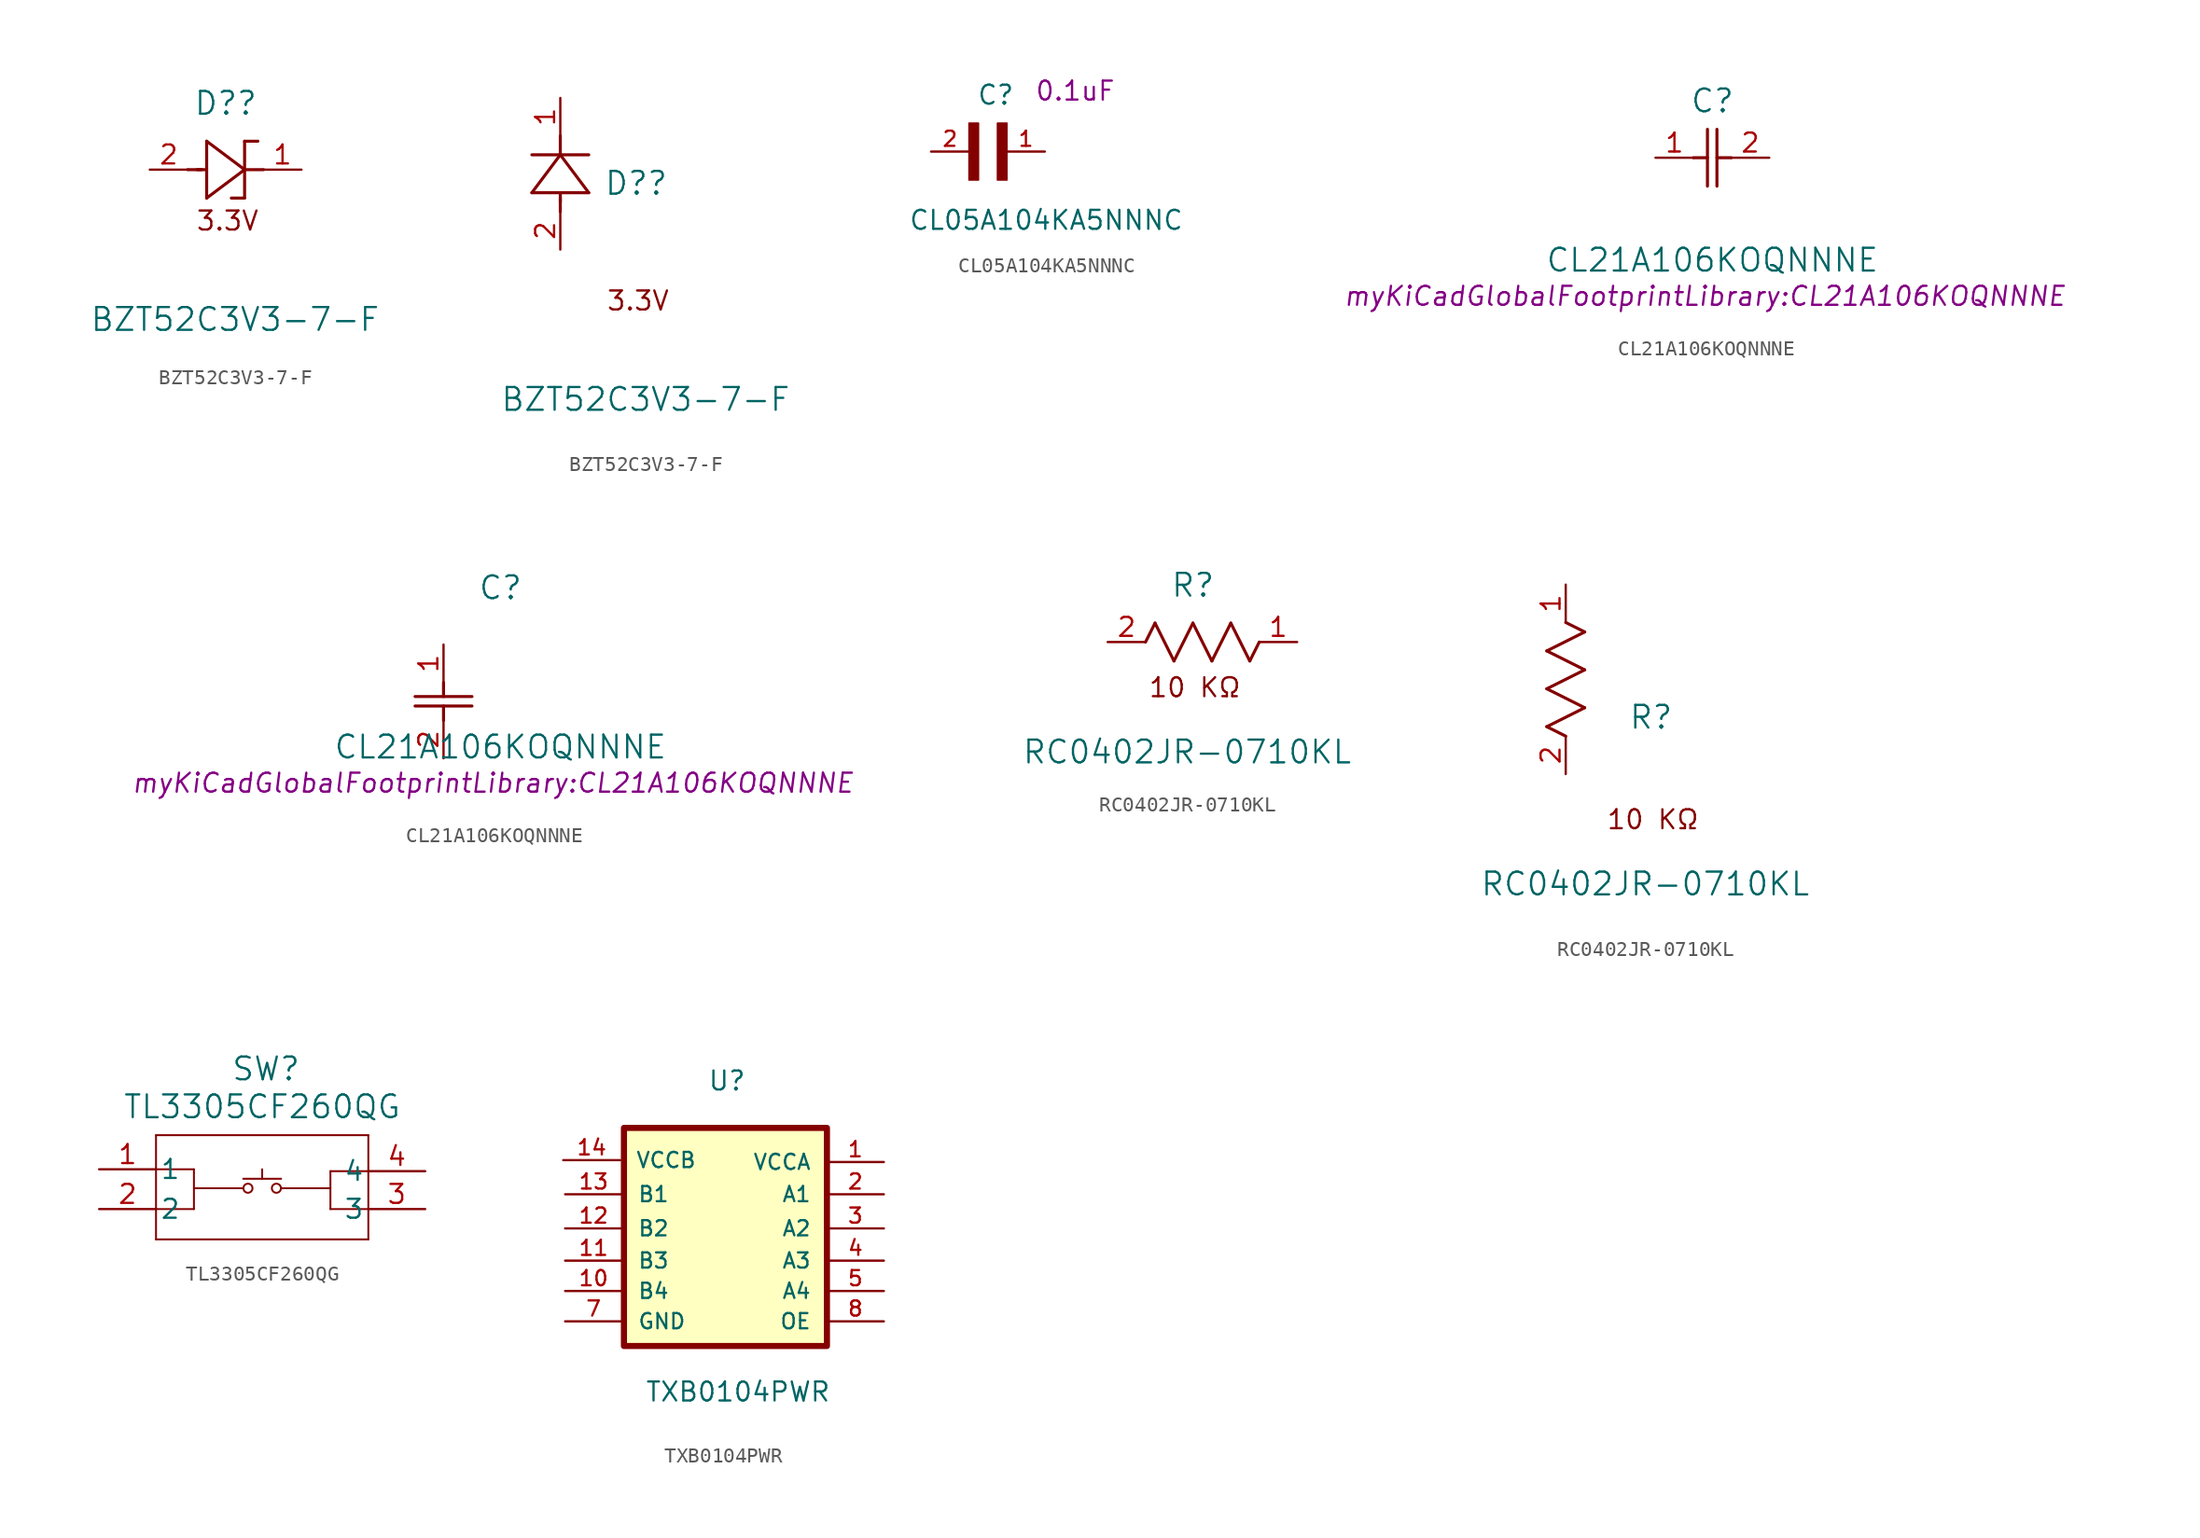
<source format=kicad_sym>
(kicad_symbol_lib
  (version 20211014)
  (generator kicad_symbol_editor)
  (symbol "BZT52C3V3-7-F"
    (pin_names
      (offset 0.254))
    (property "Reference" "D?"
      (at 5.08 4.445 0)
      (effects (font (size 1.524 1.524))))
    (property "Value" "BZT52C3V3-7-F"
      (at 5.715 -10.033 0)
      (effects (font (size 1.524 1.524))))
    (symbol "BZT52C3V3-7-F_0_0"
      (text "3.3V" (at 5.207 -3.429 0) (effects (font (size 1.27 1.27)))))
    (symbol "BZT52C3V3-7-F_0_1"
      (polyline (pts (xy 5.461 -1.905) (xy 6.35 -1.905)) (stroke (width 0.203) (type default) (color 0 0 0 0)) (fill (type none)))
      (polyline (pts (xy 6.35 1.905) (xy 7.239 1.905)) (stroke (width 0.203) (type default) (color 0 0 0 0)) (fill (type none))))
    (symbol "BZT52C3V3-7-F_1_1"
      (polyline (pts (xy 2.54 0) (xy 3.48 0)) (stroke (width 0.203) (type default) (color 0 0 0 0)) (fill (type none)))
      (polyline (pts (xy 3.175 0) (xy 3.81 0)) (stroke (width 0.203) (type default) (color 0 0 0 0)) (fill (type none)))
      (polyline (pts (xy 3.81 -1.905) (xy 6.35 0)) (stroke (width 0.203) (type default) (color 0 0 0 0)) (fill (type none)))
      (polyline (pts (xy 3.81 1.905) (xy 3.81 -1.905)) (stroke (width 0.203) (type default) (color 0 0 0 0)) (fill (type none)))
      (polyline (pts (xy 6.35 -1.905) (xy 6.35 1.905)) (stroke (width 0.203) (type default) (color 0 0 0 0)) (fill (type none)))
      (polyline (pts (xy 6.35 0) (xy 3.81 1.905)) (stroke (width 0.203) (type default) (color 0 0 0 0)) (fill (type none)))
      (polyline (pts (xy 6.35 0) (xy 7.62 0)) (stroke (width 0.203) (type default) (color 0 0 0 0)) (fill (type none)))
      (pin unspecified line (at 10.16 0 180) (length 2.54) (name "" (effects (font (size 1.27 1.27)))) (number "1" (effects (font (size 1.27 1.27)))))
      (pin unspecified line (at 0 0 0) (length 2.54) (name "" (effects (font (size 1.27 1.27)))) (number "2" (effects (font (size 1.27 1.27))))))
    (symbol "BZT52C3V3-7-F_1_2"
      (polyline (pts (xy -1.905 3.81) (xy 1.905 3.81)) (stroke (width 0.203) (type default) (color 0 0 0 0)) (fill (type none)))
      (polyline (pts (xy 0 2.54) (xy 0 3.48)) (stroke (width 0.203) (type default) (color 0 0 0 0)) (fill (type none)))
      (polyline (pts (xy 0 3.175) (xy 0 3.81)) (stroke (width 0.203) (type default) (color 0 0 0 0)) (fill (type none)))
      (polyline (pts (xy 0 6.35) (xy -1.905 3.81)) (stroke (width 0.203) (type default) (color 0 0 0 0)) (fill (type none)))
      (polyline (pts (xy 0 6.35) (xy 0 7.62)) (stroke (width 0.203) (type default) (color 0 0 0 0)) (fill (type none)))
      (polyline (pts (xy 1.905 3.81) (xy 0 6.35)) (stroke (width 0.203) (type default) (color 0 0 0 0)) (fill (type none)))
      (polyline (pts (xy 1.905 6.35) (xy -1.905 6.35)) (stroke (width 0.203) (type default) (color 0 0 0 0)) (fill (type none)))
      (pin unspecified line (at 0 10.16 270) (length 2.54) (name "" (effects (font (size 1.27 1.27)))) (number "1" (effects (font (size 1.27 1.27)))))
      (pin unspecified line (at 0 0 90) (length 2.54) (name "" (effects (font (size 1.27 1.27)))) (number "2" (effects (font (size 1.27 1.27)))))))
  (symbol "CL05A104KA5NNNC"
    (pin_names
      (offset 1.016))
    (property "Reference" "C"
      (at 0.508 3.048 0)
      (effects (font (size 1.27 1.27)) (justify left bottom)))
    (property "Value" "CL05A104KA5NNNC"
      (at -4.064 -5.334 0)
      (effects (font (size 1.27 1.27)) (justify left bottom)))
    (property "Capacitance" "0.1uF"
      (at 7.112 4.064 0)
      (effects (font (size 1.27 1.27))))
    (symbol "CL05A104KA5NNNC_0_0"
      (rectangle (start 0 -1.905) (end 0.635 1.905) (stroke (width 0.1) (type default) (color 0 0 0 0)) (fill (type outline)))
      (rectangle (start 1.905 -1.905) (end 2.54 1.905) (stroke (width 0.1) (type default) (color 0 0 0 0)) (fill (type outline)))
      (pin passive line (at 5.08 0 180) (length 2.54) (name "~" (effects (font (size 1.016 1.016)))) (number "1" (effects (font (size 1.016 1.016)))))
      (pin passive line (at -2.54 0 0) (length 2.54) (name "~" (effects (font (size 1.016 1.016)))) (number "2" (effects (font (size 1.016 1.016)))))))
  (symbol "CL21A106KOQNNNE"
    (pin_names
      (offset 0.254))
    (property "Reference" "C"
      (at 3.81 3.81 0)
      (effects (font (size 1.524 1.524))))
    (property "Value" "CL21A106KOQNNNE"
      (at 3.81 -6.858 0)
      (effects (font (size 1.524 1.524))))
    (property "Footprint" "myKiCadGlobalFootprintLibrary:CL21A106KOQNNNE"
      (at 3.302 -9.271 0)
      (effects (font (size 1.27 1.27) italic)))
    (symbol "CL21A106KOQNNNE_1_1"
      (polyline (pts (xy 2.54 0) (xy 3.48 0)) (stroke (width 0.203) (type default) (color 0 0 0 0)) (fill (type none)))
      (polyline (pts (xy 3.48 -1.905) (xy 3.48 1.905)) (stroke (width 0.203) (type default) (color 0 0 0 0)) (fill (type none)))
      (polyline (pts (xy 4.115 -1.905) (xy 4.115 1.905)) (stroke (width 0.203) (type default) (color 0 0 0 0)) (fill (type none)))
      (polyline (pts (xy 4.115 0) (xy 5.08 0)) (stroke (width 0.203) (type default) (color 0 0 0 0)) (fill (type none)))
      (pin unspecified line (at 0 0 0) (length 2.54) (name "" (effects (font (size 1.27 1.27)))) (number "1" (effects (font (size 1.27 1.27)))))
      (pin unspecified line (at 7.62 0 180) (length 2.54) (name "" (effects (font (size 1.27 1.27)))) (number "2" (effects (font (size 1.27 1.27))))))
    (symbol "CL21A106KOQNNNE_1_2"
      (polyline (pts (xy -1.905 -4.115) (xy 1.905 -4.115)) (stroke (width 0.203) (type default) (color 0 0 0 0)) (fill (type none)))
      (polyline (pts (xy -1.905 -3.48) (xy 1.905 -3.48)) (stroke (width 0.203) (type default) (color 0 0 0 0)) (fill (type none)))
      (polyline (pts (xy 0 -4.115) (xy 0 -5.08)) (stroke (width 0.203) (type default) (color 0 0 0 0)) (fill (type none)))
      (polyline (pts (xy 0 -2.54) (xy 0 -3.48)) (stroke (width 0.203) (type default) (color 0 0 0 0)) (fill (type none)))
      (pin unspecified line (at 0 0 270) (length 2.54) (name "" (effects (font (size 1.27 1.27)))) (number "1" (effects (font (size 1.27 1.27)))))
      (pin unspecified line (at 0 -7.62 90) (length 2.54) (name "" (effects (font (size 1.27 1.27)))) (number "2" (effects (font (size 1.27 1.27)))))))
  (symbol "RC0402JR-0710KL"
    (pin_names
      (offset 0.254))
    (property "Reference" "R"
      (at 5.715 3.81 0)
      (effects (font (size 1.524 1.524))))
    (property "Value" "RC0402JR-0710KL"
      (at 5.334 -7.366 0)
      (effects (font (size 1.524 1.524))))
    (symbol "RC0402JR-0710KL_0_0"
      (text "10 KΩ" (at 5.842 -3.048 0) (effects (font (size 1.27 1.27)))))
    (symbol "RC0402JR-0710KL_1_1"
      (polyline (pts (xy 2.54 0) (xy 3.175 1.27)) (stroke (width 0.203) (type default) (color 0 0 0 0)) (fill (type none)))
      (polyline (pts (xy 3.175 1.27) (xy 4.445 -1.27)) (stroke (width 0.203) (type default) (color 0 0 0 0)) (fill (type none)))
      (polyline (pts (xy 4.445 -1.27) (xy 5.715 1.27)) (stroke (width 0.203) (type default) (color 0 0 0 0)) (fill (type none)))
      (polyline (pts (xy 5.715 1.27) (xy 6.985 -1.27)) (stroke (width 0.203) (type default) (color 0 0 0 0)) (fill (type none)))
      (polyline (pts (xy 6.985 -1.27) (xy 8.255 1.27)) (stroke (width 0.203) (type default) (color 0 0 0 0)) (fill (type none)))
      (polyline (pts (xy 8.255 1.27) (xy 9.525 -1.27)) (stroke (width 0.203) (type default) (color 0 0 0 0)) (fill (type none)))
      (polyline (pts (xy 9.525 -1.27) (xy 10.16 0)) (stroke (width 0.203) (type default) (color 0 0 0 0)) (fill (type none)))
      (pin unspecified line (at 12.7 0 180) (length 2.54) (name "" (effects (font (size 1.27 1.27)))) (number "1" (effects (font (size 1.27 1.27)))))
      (pin unspecified line (at 0 0 0) (length 2.54) (name "" (effects (font (size 1.27 1.27)))) (number "2" (effects (font (size 1.27 1.27))))))
    (symbol "RC0402JR-0710KL_1_2"
      (polyline (pts (xy -1.27 3.175) (xy 1.27 4.445)) (stroke (width 0.203) (type default) (color 0 0 0 0)) (fill (type none)))
      (polyline (pts (xy -1.27 5.715) (xy 1.27 6.985)) (stroke (width 0.203) (type default) (color 0 0 0 0)) (fill (type none)))
      (polyline (pts (xy -1.27 8.255) (xy 1.27 9.525)) (stroke (width 0.203) (type default) (color 0 0 0 0)) (fill (type none)))
      (polyline (pts (xy 0 2.54) (xy -1.27 3.175)) (stroke (width 0.203) (type default) (color 0 0 0 0)) (fill (type none)))
      (polyline (pts (xy 1.27 4.445) (xy -1.27 5.715)) (stroke (width 0.203) (type default) (color 0 0 0 0)) (fill (type none)))
      (polyline (pts (xy 1.27 6.985) (xy -1.27 8.255)) (stroke (width 0.203) (type default) (color 0 0 0 0)) (fill (type none)))
      (polyline (pts (xy 1.27 9.525) (xy 0 10.16)) (stroke (width 0.203) (type default) (color 0 0 0 0)) (fill (type none)))
      (pin unspecified line (at 0 12.7 270) (length 2.54) (name "" (effects (font (size 1.27 1.27)))) (number "1" (effects (font (size 1.27 1.27)))))
      (pin unspecified line (at 0 0 90) (length 2.54) (name "" (effects (font (size 1.27 1.27)))) (number "2" (effects (font (size 1.27 1.27)))))))
  (symbol "TL3305CF260QG"
    (pin_names
      (offset 0.254))
    (property "Reference" "SW"
      (at 20.574 6.731 0)
      (effects (font (size 1.524 1.524))))
    (property "Value" "TL3305CF260QG"
      (at 20.32 4.191 0)
      (effects (font (size 1.524 1.524))))
    (symbol "TL3305CF260QG_0_1"
      (polyline (pts (xy 13.208 -2.667) (xy 15.748 -2.667)) (stroke (width 0.127) (type default) (color 0 0 0 0)) (fill (type none)))
      (polyline (pts (xy 13.208 0) (xy 15.748 0)) (stroke (width 0.127) (type default) (color 0 0 0 0)) (fill (type none)))
      (polyline (pts (xy 13.208 2.286) (xy 13.208 -4.699)) (stroke (width 0.127) (type default) (color 0 0 0 0)) (fill (type none)))
      (polyline (pts (xy 15.748 -1.27) (xy 19.05 -1.27)) (stroke (width 0.127) (type default) (color 0 0 0 0)) (fill (type none)))
      (polyline (pts (xy 15.748 0) (xy 15.748 -2.667)) (stroke (width 0.127) (type default) (color 0 0 0 0)) (fill (type none)))
      (polyline (pts (xy 19.05 -0.635) (xy 21.59 -0.635)) (stroke (width 0.127) (type default) (color 0 0 0 0)) (fill (type none)))
      (polyline (pts (xy 20.32 -0.635) (xy 20.32 0)) (stroke (width 0.127) (type default) (color 0 0 0 0)) (fill (type none)))
      (polyline (pts (xy 21.59 -1.27) (xy 24.892 -1.27)) (stroke (width 0.127) (type default) (color 0 0 0 0)) (fill (type none)))
      (polyline (pts (xy 24.892 -2.667) (xy 27.432 -2.667)) (stroke (width 0.127) (type default) (color 0 0 0 0)) (fill (type none)))
      (polyline (pts (xy 24.892 -0.127) (xy 24.892 -2.667)) (stroke (width 0.127) (type default) (color 0 0 0 0)) (fill (type none)))
      (polyline (pts (xy 27.432 -4.699) (xy 13.208 -4.699)) (stroke (width 0.127) (type default) (color 0 0 0 0)) (fill (type none)))
      (polyline (pts (xy 27.432 -4.699) (xy 27.432 2.286)) (stroke (width 0.127) (type default) (color 0 0 0 0)) (fill (type none)))
      (polyline (pts (xy 27.432 -0.127) (xy 24.892 -0.127)) (stroke (width 0.127) (type default) (color 0 0 0 0)) (fill (type none)))
      (polyline (pts (xy 27.432 2.286) (xy 13.208 2.286)) (stroke (width 0.127) (type default) (color 0 0 0 0)) (fill (type none)))
      (circle (center 19.367 -1.27) (radius 0.305) (stroke (width 0.127) (type default) (color 0 0 0 0)) (fill (type none)))
      (circle (center 21.273 -1.27) (radius 0.305) (stroke (width 0.127) (type default) (color 0 0 0 0)) (fill (type none)))
      (pin unspecified line (at 9.398 0 0) (length 3.81) (name "1" (effects (font (size 1.27 1.27)))) (number "1" (effects (font (size 1.27 1.27)))))
      (pin unspecified line (at 9.398 -2.667 0) (length 3.81) (name "2" (effects (font (size 1.27 1.27)))) (number "2" (effects (font (size 1.27 1.27)))))
      (pin unspecified line (at 31.242 -2.667 180) (length 3.81) (name "3" (effects (font (size 1.27 1.27)))) (number "3" (effects (font (size 1.27 1.27)))))
      (pin unspecified line (at 31.242 -0.127 180) (length 3.81) (name "4" (effects (font (size 1.27 1.27)))) (number "4" (effects (font (size 1.27 1.27)))))))
  (symbol "TXB0104PWR"
    (pin_names
      (offset 1.016))
    (property "Reference" "U"
      (at 1.524 19.05 0)
      (effects (font (size 1.27 1.27)) (justify left bottom)))
    (property "Value" "TXB0104PWR"
      (at -2.667 -1.778 0)
      (effects (font (size 1.27 1.27)) (justify left bottom)))
    (symbol "TXB0104PWR_0_0"
      (rectangle (start -4.064 16.637) (end 9.525 2.032) (stroke (width 0.41) (type default) (color 0 0 0 0)) (fill (type background)))
      (pin power_in line (at 13.335 14.351 180) (length 3.81) (name "VCCA" (effects (font (size 1.016 1.016)))) (number "1" (effects (font (size 1.016 1.016)))))
      (pin bidirectional line (at -8.001 5.715 0) (length 3.81) (name "B4" (effects (font (size 1.016 1.016)))) (number "10" (effects (font (size 1.016 1.016)))))
      (pin bidirectional line (at -8.001 7.747 0) (length 3.81) (name "B3" (effects (font (size 1.016 1.016)))) (number "11" (effects (font (size 1.016 1.016)))))
      (pin bidirectional line (at -8.001 9.906 0) (length 3.81) (name "B2" (effects (font (size 1.016 1.016)))) (number "12" (effects (font (size 1.016 1.016)))))
      (pin bidirectional line (at -8.001 12.192 0) (length 3.81) (name "B1" (effects (font (size 1.016 1.016)))) (number "13" (effects (font (size 1.016 1.016)))))
      (pin power_in line (at -8.128 14.478 0) (length 3.81) (name "VCCB" (effects (font (size 1.016 1.016)))) (number "14" (effects (font (size 1.016 1.016)))))
      (pin bidirectional line (at 13.335 12.192 180) (length 3.81) (name "A1" (effects (font (size 1.016 1.016)))) (number "2" (effects (font (size 1.016 1.016)))))
      (pin bidirectional line (at 13.335 9.906 180) (length 3.81) (name "A2" (effects (font (size 1.016 1.016)))) (number "3" (effects (font (size 1.016 1.016)))))
      (pin bidirectional line (at 13.335 7.747 180) (length 3.81) (name "A3" (effects (font (size 1.016 1.016)))) (number "4" (effects (font (size 1.016 1.016)))))
      (pin bidirectional line (at 13.335 5.715 180) (length 3.81) (name "A4" (effects (font (size 1.016 1.016)))) (number "5" (effects (font (size 1.016 1.016)))))
      (pin power_in line (at -8.001 3.683 0) (length 3.81) (name "GND" (effects (font (size 1.016 1.016)))) (number "7" (effects (font (size 1.016 1.016)))))
      (pin bidirectional line (at 13.335 3.683 180) (length 3.81) (name "OE" (effects (font (size 1.016 1.016)))) (number "8" (effects (font (size 1.016 1.016))))))))
</source>
